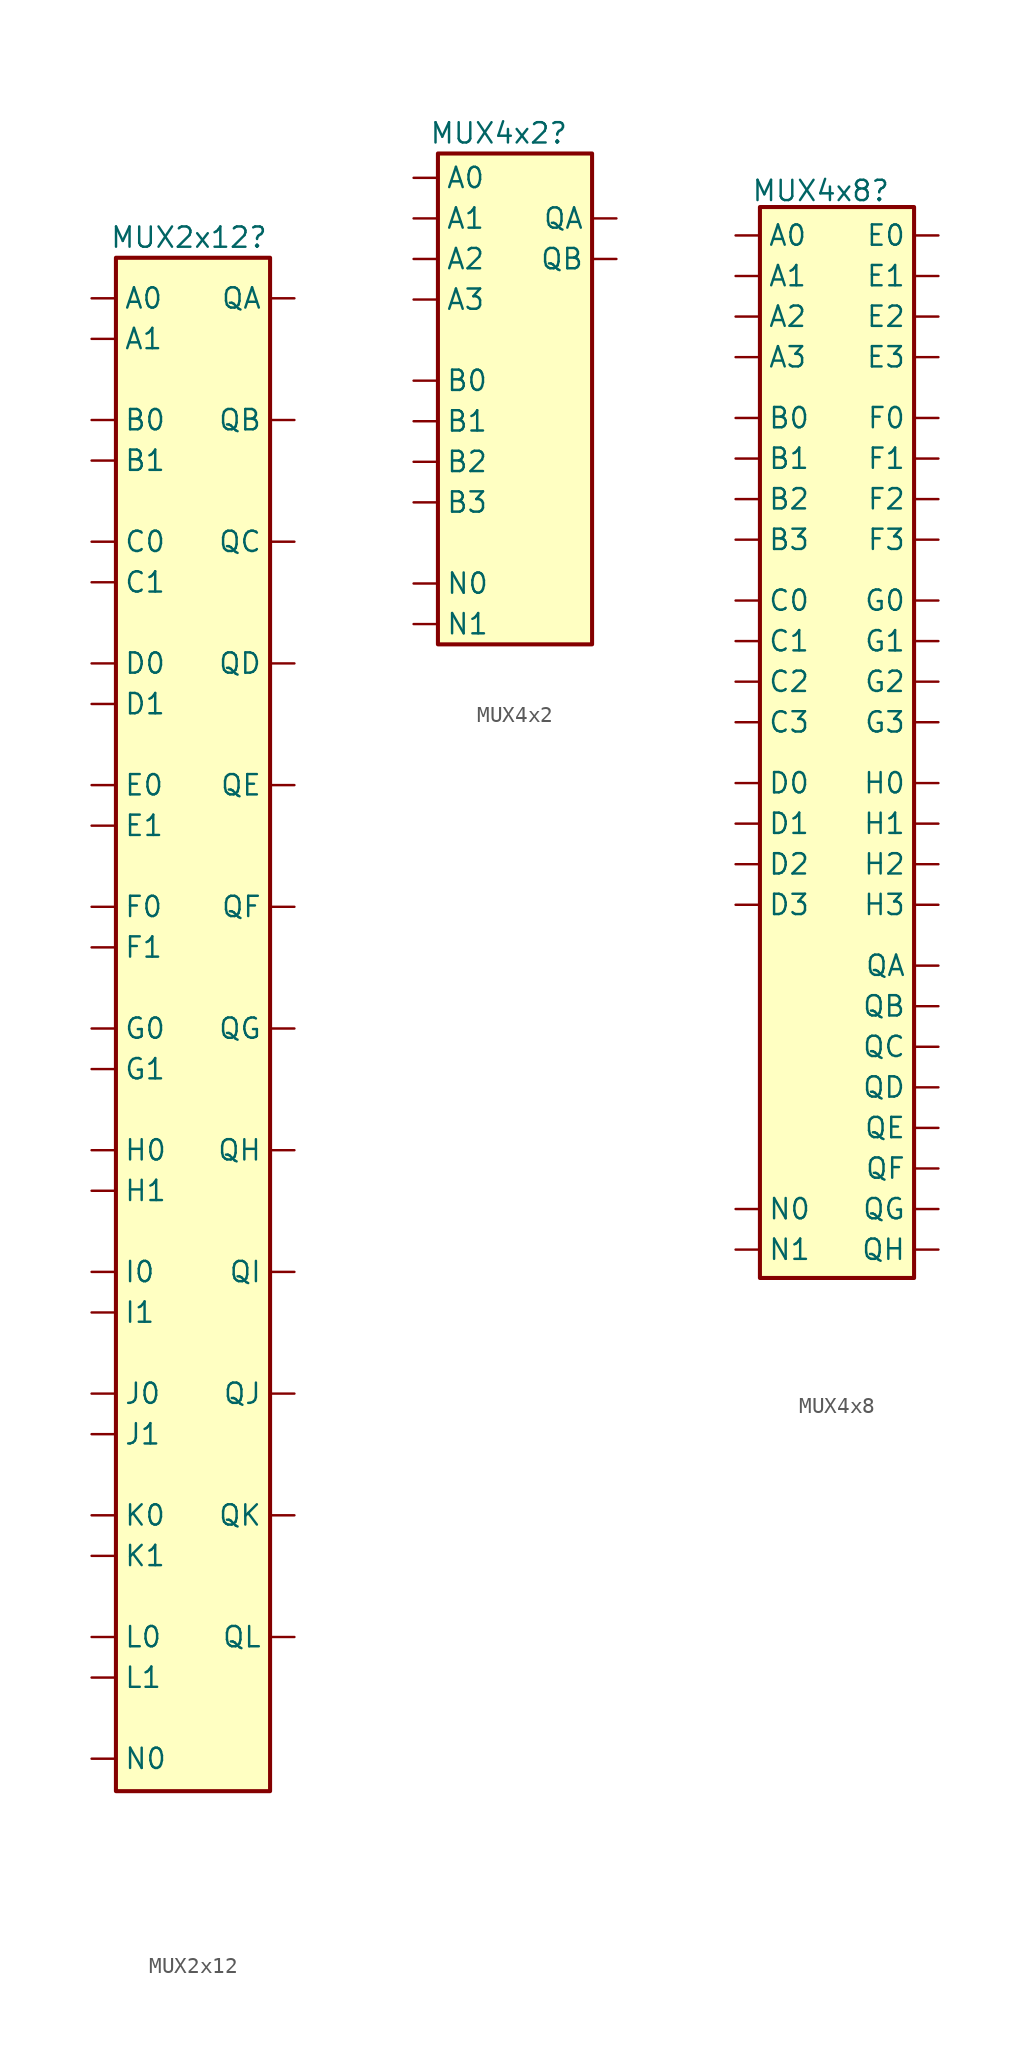
<source format=kicad_sym>
(kicad_symbol_lib
  (version 20220914)
  (generator kicad_symbol_editor)
  (symbol "MUX2x12"
    (pin_numbers hide)
    (property "Reference" "MUX2x12"
      (at -0.254 34.29 0)
      (effects (font (size 1.27 1.27))))
    (symbol "MUX2x12_1_0"
      (pin input line (at -6.35 30.48 0) (length 1.5) (name "A0" (effects (font (size 1.27 1.27)))) (number "1" (effects (font (size 1.27 1.27)))))
      (pin input line (at -6.35 0 0) (length 1.5) (name "E0" (effects (font (size 1.27 1.27)))) (number "10" (effects (font (size 1.27 1.27)))))
      (pin input line (at -6.35 -33.02 0) (length 1.5) (name "I1" (effects (font (size 1.27 1.27)))) (number "11" (effects (font (size 1.27 1.27)))))
      (pin input line (at -6.35 -2.54 0) (length 1.5) (name "E1" (effects (font (size 1.27 1.27)))) (number "12" (effects (font (size 1.27 1.27)))))
      (pin input line (at -6.35 -38.1 0) (length 1.5) (name "J0" (effects (font (size 1.27 1.27)))) (number "13" (effects (font (size 1.27 1.27)))))
      (pin input line (at -6.35 -7.62 0) (length 1.5) (name "F0" (effects (font (size 1.27 1.27)))) (number "14" (effects (font (size 1.27 1.27)))))
      (pin input line (at -6.35 -40.64 0) (length 1.5) (name "J1" (effects (font (size 1.27 1.27)))) (number "15" (effects (font (size 1.27 1.27)))))
      (pin input line (at -6.35 -10.16 0) (length 1.5) (name "F1" (effects (font (size 1.27 1.27)))) (number "16" (effects (font (size 1.27 1.27)))))
      (pin input line (at -6.35 -45.72 0) (length 1.5) (name "K0" (effects (font (size 1.27 1.27)))) (number "17" (effects (font (size 1.27 1.27)))))
      (pin input line (at -6.35 -15.24 0) (length 1.5) (name "G0" (effects (font (size 1.27 1.27)))) (number "18" (effects (font (size 1.27 1.27)))))
      (pin input line (at -6.35 -48.26 0) (length 1.5) (name "K1" (effects (font (size 1.27 1.27)))) (number "19" (effects (font (size 1.27 1.27)))))
      (pin input line (at -6.35 27.94 0) (length 1.5) (name "A1" (effects (font (size 1.27 1.27)))) (number "2" (effects (font (size 1.27 1.27)))))
      (pin input line (at -6.35 -17.78 0) (length 1.5) (name "G1" (effects (font (size 1.27 1.27)))) (number "20" (effects (font (size 1.27 1.27)))))
      (pin input line (at -6.35 -53.34 0) (length 1.5) (name "L0" (effects (font (size 1.27 1.27)))) (number "21" (effects (font (size 1.27 1.27)))))
      (pin input line (at -6.35 -22.86 0) (length 1.5) (name "H0" (effects (font (size 1.27 1.27)))) (number "22" (effects (font (size 1.27 1.27)))))
      (pin input line (at -6.35 -55.88 0) (length 1.5) (name "L1" (effects (font (size 1.27 1.27)))) (number "23" (effects (font (size 1.27 1.27)))))
      (pin input line (at -6.35 -25.4 0) (length 1.5) (name "H1" (effects (font (size 1.27 1.27)))) (number "24" (effects (font (size 1.27 1.27)))))
      (pin input line (at -6.35 -60.96 0) (length 1.5) (name "N0" (effects (font (size 1.27 1.27)))) (number "25" (effects (font (size 1.27 1.27)))))
      (pin output line (at 6.35 30.48 180) (length 1.5) (name "QA" (effects (font (size 1.27 1.27)))) (number "26" (effects (font (size 1.27 1.27)))))
      (pin output line (at 6.35 22.86 180) (length 1.5) (name "QB" (effects (font (size 1.27 1.27)))) (number "27" (effects (font (size 1.27 1.27)))))
      (pin output line (at 6.35 15.24 180) (length 1.5) (name "QC" (effects (font (size 1.27 1.27)))) (number "28" (effects (font (size 1.27 1.27)))))
      (pin output line (at 6.35 7.62 180) (length 1.5) (name "QD" (effects (font (size 1.27 1.27)))) (number "29" (effects (font (size 1.27 1.27)))))
      (pin input line (at -6.35 22.86 0) (length 1.5) (name "B0" (effects (font (size 1.27 1.27)))) (number "3" (effects (font (size 1.27 1.27)))))
      (pin output line (at 6.35 -30.48 180) (length 1.5) (name "QI" (effects (font (size 1.27 1.27)))) (number "30" (effects (font (size 1.27 1.27)))))
      (pin output line (at 6.35 0 180) (length 1.5) (name "QE" (effects (font (size 1.27 1.27)))) (number "31" (effects (font (size 1.27 1.27)))))
      (pin output line (at 6.35 -38.1 180) (length 1.5) (name "QJ" (effects (font (size 1.27 1.27)))) (number "32" (effects (font (size 1.27 1.27)))))
      (pin output line (at 6.35 -7.62 180) (length 1.5) (name "QF" (effects (font (size 1.27 1.27)))) (number "33" (effects (font (size 1.27 1.27)))))
      (pin output line (at 6.35 -45.72 180) (length 1.5) (name "QK" (effects (font (size 1.27 1.27)))) (number "34" (effects (font (size 1.27 1.27)))))
      (pin output line (at 6.35 -15.24 180) (length 1.5) (name "QG" (effects (font (size 1.27 1.27)))) (number "35" (effects (font (size 1.27 1.27)))))
      (pin output line (at 6.35 -53.34 180) (length 1.5) (name "QL" (effects (font (size 1.27 1.27)))) (number "36" (effects (font (size 1.27 1.27)))))
      (pin output line (at 6.35 -22.86 180) (length 1.5) (name "QH" (effects (font (size 1.27 1.27)))) (number "37" (effects (font (size 1.27 1.27)))))
      (pin input line (at -6.35 20.32 0) (length 1.5) (name "B1" (effects (font (size 1.27 1.27)))) (number "4" (effects (font (size 1.27 1.27)))))
      (pin input line (at -6.35 15.24 0) (length 1.5) (name "C0" (effects (font (size 1.27 1.27)))) (number "5" (effects (font (size 1.27 1.27)))))
      (pin input line (at -6.35 12.7 0) (length 1.5) (name "C1" (effects (font (size 1.27 1.27)))) (number "6" (effects (font (size 1.27 1.27)))))
      (pin input line (at -6.35 7.62 0) (length 1.5) (name "D0" (effects (font (size 1.27 1.27)))) (number "7" (effects (font (size 1.27 1.27)))))
      (pin input line (at -6.35 5.08 0) (length 1.5) (name "D1" (effects (font (size 1.27 1.27)))) (number "8" (effects (font (size 1.27 1.27)))))
      (pin input line (at -6.35 -30.48 0) (length 1.5) (name "I0" (effects (font (size 1.27 1.27)))) (number "9" (effects (font (size 1.27 1.27))))))
    (symbol "MUX2x12_1_1"
      (rectangle (start -4.826 33.02) (end 4.826 -62.992) (stroke (width 0.254) (type default)) (fill (type background)))))
  (symbol "MUX4x2"
    (pin_numbers hide)
    (property "Reference" "MUX4x2"
      (at -1.016 16.764 0)
      (effects (font (size 1.27 1.27))))
    (symbol "MUX4x2_1_1"
      (rectangle (start -4.826 15.494) (end 4.826 -15.24) (stroke (width 0.254) (type default)) (fill (type background)))
      (pin input line (at -6.35 -11.43 0) (length 1.5) (name "N0" (effects (font (size 1.27 1.27)))) (number "1" (effects (font (size 1.27 1.27)))))
      (pin input line (at -6.35 -6.35 0) (length 1.5) (name "B3" (effects (font (size 1.27 1.27)))) (number "10" (effects (font (size 1.27 1.27)))))
      (pin output line (at 6.35 11.43 180) (length 1.5) (name "QA" (effects (font (size 1.27 1.27)))) (number "11" (effects (font (size 1.27 1.27)))))
      (pin output line (at 6.35 8.89 180) (length 1.5) (name "QB" (effects (font (size 1.27 1.27)))) (number "12" (effects (font (size 1.27 1.27)))))
      (pin input line (at -6.35 -13.97 0) (length 1.5) (name "N1" (effects (font (size 1.27 1.27)))) (number "2" (effects (font (size 1.27 1.27)))))
      (pin input line (at -6.35 13.97 0) (length 1.5) (name "A0" (effects (font (size 1.27 1.27)))) (number "3" (effects (font (size 1.27 1.27)))))
      (pin input line (at -6.35 11.43 0) (length 1.5) (name "A1" (effects (font (size 1.27 1.27)))) (number "4" (effects (font (size 1.27 1.27)))))
      (pin input line (at -6.35 8.89 0) (length 1.5) (name "A2" (effects (font (size 1.27 1.27)))) (number "5" (effects (font (size 1.27 1.27)))))
      (pin input line (at -6.35 6.35 0) (length 1.5) (name "A3" (effects (font (size 1.27 1.27)))) (number "6" (effects (font (size 1.27 1.27)))))
      (pin input line (at -6.35 1.27 0) (length 1.5) (name "B0" (effects (font (size 1.27 1.27)))) (number "7" (effects (font (size 1.27 1.27)))))
      (pin input line (at -6.35 -1.27 0) (length 1.5) (name "B1" (effects (font (size 1.27 1.27)))) (number "8" (effects (font (size 1.27 1.27)))))
      (pin input line (at -6.35 -3.81 0) (length 1.5) (name "B2" (effects (font (size 1.27 1.27)))) (number "9" (effects (font (size 1.27 1.27)))))))
  (symbol "MUX4x8"
    (pin_numbers hide)
    (property "Reference" "MUX4x8"
      (at -1.016 34.544 0)
      (effects (font (size 1.27 1.27))))
    (symbol "MUX4x8_1_1"
      (rectangle (start -4.826 33.528) (end 4.826 -33.528) (stroke (width 0.254) (type default)) (fill (type background)))
      (pin input line (at -6.35 31.75 0) (length 1.5) (name "A0" (effects (font (size 1.27 1.27)))) (number "1" (effects (font (size 1.27 1.27)))))
      (pin input line (at -6.35 6.35 0) (length 1.5) (name "C1" (effects (font (size 1.27 1.27)))) (number "10" (effects (font (size 1.27 1.27)))))
      (pin input line (at -6.35 3.81 0) (length 1.5) (name "C2" (effects (font (size 1.27 1.27)))) (number "11" (effects (font (size 1.27 1.27)))))
      (pin input line (at -6.35 1.27 0) (length 1.5) (name "C3" (effects (font (size 1.27 1.27)))) (number "12" (effects (font (size 1.27 1.27)))))
      (pin input line (at -6.35 -2.54 0) (length 1.5) (name "D0" (effects (font (size 1.27 1.27)))) (number "13" (effects (font (size 1.27 1.27)))))
      (pin input line (at -6.35 -5.08 0) (length 1.5) (name "D1" (effects (font (size 1.27 1.27)))) (number "14" (effects (font (size 1.27 1.27)))))
      (pin input line (at -6.35 -7.62 0) (length 1.5) (name "D2" (effects (font (size 1.27 1.27)))) (number "15" (effects (font (size 1.27 1.27)))))
      (pin input line (at -6.35 -10.16 0) (length 1.5) (name "D3" (effects (font (size 1.27 1.27)))) (number "16" (effects (font (size 1.27 1.27)))))
      (pin input line (at 6.35 31.75 180) (length 1.5) (name "E0" (effects (font (size 1.27 1.27)))) (number "17" (effects (font (size 1.27 1.27)))))
      (pin input line (at 6.35 29.21 180) (length 1.5) (name "E1" (effects (font (size 1.27 1.27)))) (number "18" (effects (font (size 1.27 1.27)))))
      (pin input line (at 6.35 26.67 180) (length 1.5) (name "E2" (effects (font (size 1.27 1.27)))) (number "19" (effects (font (size 1.27 1.27)))))
      (pin input line (at -6.35 29.21 0) (length 1.5) (name "A1" (effects (font (size 1.27 1.27)))) (number "2" (effects (font (size 1.27 1.27)))))
      (pin input line (at 6.35 24.13 180) (length 1.5) (name "E3" (effects (font (size 1.27 1.27)))) (number "20" (effects (font (size 1.27 1.27)))))
      (pin input line (at 6.35 20.32 180) (length 1.5) (name "F0" (effects (font (size 1.27 1.27)))) (number "21" (effects (font (size 1.27 1.27)))))
      (pin input line (at 6.35 17.78 180) (length 1.5) (name "F1" (effects (font (size 1.27 1.27)))) (number "22" (effects (font (size 1.27 1.27)))))
      (pin input line (at 6.35 15.24 180) (length 1.5) (name "F2" (effects (font (size 1.27 1.27)))) (number "23" (effects (font (size 1.27 1.27)))))
      (pin input line (at 6.35 12.7 180) (length 1.5) (name "F3" (effects (font (size 1.27 1.27)))) (number "24" (effects (font (size 1.27 1.27)))))
      (pin input line (at 6.35 8.89 180) (length 1.5) (name "G0" (effects (font (size 1.27 1.27)))) (number "25" (effects (font (size 1.27 1.27)))))
      (pin input line (at 6.35 6.35 180) (length 1.5) (name "G1" (effects (font (size 1.27 1.27)))) (number "26" (effects (font (size 1.27 1.27)))))
      (pin input line (at 6.35 3.81 180) (length 1.5) (name "G2" (effects (font (size 1.27 1.27)))) (number "27" (effects (font (size 1.27 1.27)))))
      (pin input line (at 6.35 1.27 180) (length 1.5) (name "G3" (effects (font (size 1.27 1.27)))) (number "28" (effects (font (size 1.27 1.27)))))
      (pin input line (at 6.35 -2.54 180) (length 1.5) (name "H0" (effects (font (size 1.27 1.27)))) (number "29" (effects (font (size 1.27 1.27)))))
      (pin input line (at -6.35 26.67 0) (length 1.5) (name "A2" (effects (font (size 1.27 1.27)))) (number "3" (effects (font (size 1.27 1.27)))))
      (pin input line (at 6.35 -5.08 180) (length 1.5) (name "H1" (effects (font (size 1.27 1.27)))) (number "30" (effects (font (size 1.27 1.27)))))
      (pin input line (at 6.35 -7.62 180) (length 1.5) (name "H2" (effects (font (size 1.27 1.27)))) (number "31" (effects (font (size 1.27 1.27)))))
      (pin input line (at 6.35 -10.16 180) (length 1.5) (name "H3" (effects (font (size 1.27 1.27)))) (number "32" (effects (font (size 1.27 1.27)))))
      (pin input line (at -6.35 -29.21 0) (length 1.5) (name "N0" (effects (font (size 1.27 1.27)))) (number "33" (effects (font (size 1.27 1.27)))))
      (pin input line (at -6.35 -31.75 0) (length 1.5) (name "N1" (effects (font (size 1.27 1.27)))) (number "34" (effects (font (size 1.27 1.27)))))
      (pin output line (at 6.35 -13.97 180) (length 1.5) (name "QA" (effects (font (size 1.27 1.27)))) (number "35" (effects (font (size 1.27 1.27)))))
      (pin output line (at 6.35 -16.51 180) (length 1.5) (name "QB" (effects (font (size 1.27 1.27)))) (number "36" (effects (font (size 1.27 1.27)))))
      (pin output line (at 6.35 -19.05 180) (length 1.5) (name "QC" (effects (font (size 1.27 1.27)))) (number "37" (effects (font (size 1.27 1.27)))))
      (pin output line (at 6.35 -21.59 180) (length 1.5) (name "QD" (effects (font (size 1.27 1.27)))) (number "38" (effects (font (size 1.27 1.27)))))
      (pin output line (at 6.35 -24.13 180) (length 1.5) (name "QE" (effects (font (size 1.27 1.27)))) (number "39" (effects (font (size 1.27 1.27)))))
      (pin input line (at -6.35 24.13 0) (length 1.5) (name "A3" (effects (font (size 1.27 1.27)))) (number "4" (effects (font (size 1.27 1.27)))))
      (pin output line (at 6.35 -26.67 180) (length 1.5) (name "QF" (effects (font (size 1.27 1.27)))) (number "40" (effects (font (size 1.27 1.27)))))
      (pin output line (at 6.35 -29.21 180) (length 1.5) (name "QG" (effects (font (size 1.27 1.27)))) (number "41" (effects (font (size 1.27 1.27)))))
      (pin output line (at 6.35 -31.75 180) (length 1.5) (name "QH" (effects (font (size 1.27 1.27)))) (number "42" (effects (font (size 1.27 1.27)))))
      (pin input line (at -6.35 20.32 0) (length 1.5) (name "B0" (effects (font (size 1.27 1.27)))) (number "5" (effects (font (size 1.27 1.27)))))
      (pin input line (at -6.35 17.78 0) (length 1.5) (name "B1" (effects (font (size 1.27 1.27)))) (number "6" (effects (font (size 1.27 1.27)))))
      (pin input line (at -6.35 15.24 0) (length 1.5) (name "B2" (effects (font (size 1.27 1.27)))) (number "7" (effects (font (size 1.27 1.27)))))
      (pin input line (at -6.35 12.7 0) (length 1.5) (name "B3" (effects (font (size 1.27 1.27)))) (number "8" (effects (font (size 1.27 1.27)))))
      (pin input line (at -6.35 8.89 0) (length 1.5) (name "C0" (effects (font (size 1.27 1.27)))) (number "9" (effects (font (size 1.27 1.27))))))))
</source>
